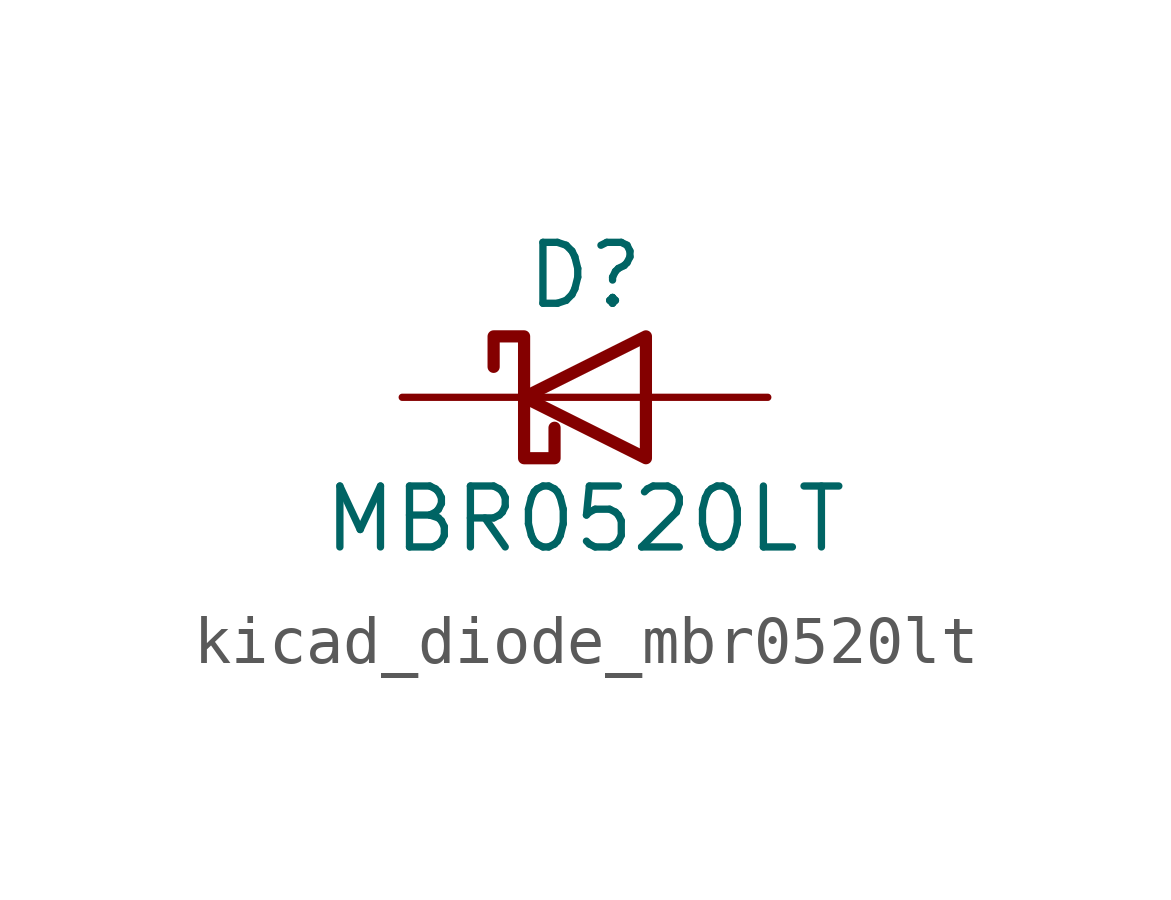
<source format=kicad_sym>
(kicad_symbol_lib
  (version 20220914)
  (generator kicad_symbol_editor)
  (symbol "kicad_diode_mbr0520lt"
    (pin_numbers hide)
    (pin_names
      (offset 1.016) hide)
    (property "Reference" "D"
      (at 0 2.54 0)
      (effects (font (size 1.27 1.27))))
    (property "Value" "MBR0520LT"
      (at 0 -2.54 0)
      (effects (font (size 1.27 1.27))))
    (symbol "kicad_diode_mbr0520lt_0_1"
      (polyline (pts (xy 1.27 0) (xy -1.27 0)) (stroke (width 0) (type default)) (fill (type none)))
      (polyline (pts (xy 1.27 1.27) (xy 1.27 -1.27) (xy -1.27 0) (xy 1.27 1.27)) (stroke (width 0.254) (type default)) (fill (type none)))
      (polyline (pts (xy -1.905 0.635) (xy -1.905 1.27) (xy -1.27 1.27) (xy -1.27 -1.27) (xy -0.635 -1.27) (xy -0.635 -0.635)) (stroke (width 0.254) (type default)) (fill (type none))))
    (symbol "kicad_diode_mbr0520lt_1_1"
      (pin passive line (at -3.81 0 0) (length 2.54) (name "K" (effects (font (size 1.27 1.27)))) (number "1" (effects (font (size 1.27 1.27)))))
      (pin passive line (at 3.81 0 180) (length 2.54) (name "A" (effects (font (size 1.27 1.27)))) (number "2" (effects (font (size 1.27 1.27))))))))
</source>
